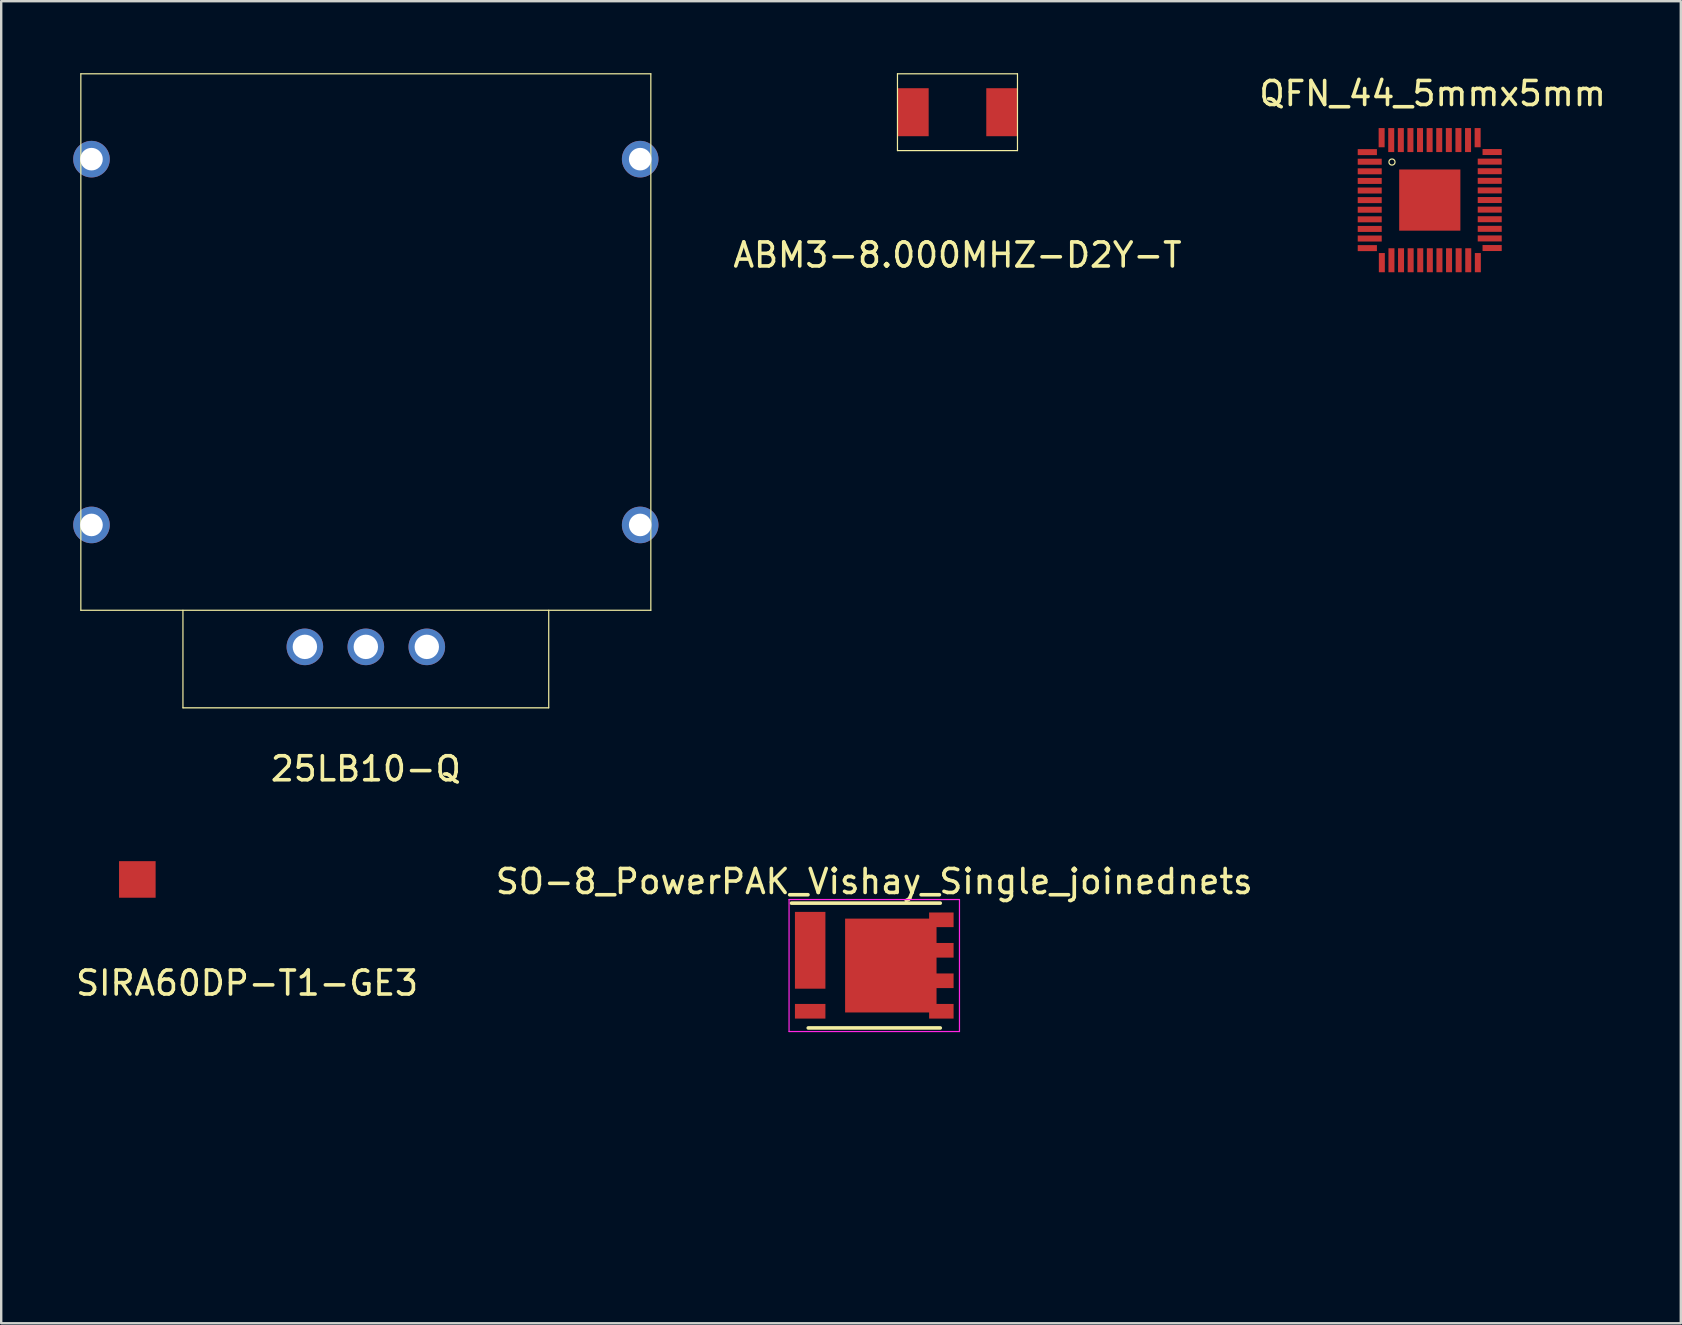
<source format=kicad_pcb>
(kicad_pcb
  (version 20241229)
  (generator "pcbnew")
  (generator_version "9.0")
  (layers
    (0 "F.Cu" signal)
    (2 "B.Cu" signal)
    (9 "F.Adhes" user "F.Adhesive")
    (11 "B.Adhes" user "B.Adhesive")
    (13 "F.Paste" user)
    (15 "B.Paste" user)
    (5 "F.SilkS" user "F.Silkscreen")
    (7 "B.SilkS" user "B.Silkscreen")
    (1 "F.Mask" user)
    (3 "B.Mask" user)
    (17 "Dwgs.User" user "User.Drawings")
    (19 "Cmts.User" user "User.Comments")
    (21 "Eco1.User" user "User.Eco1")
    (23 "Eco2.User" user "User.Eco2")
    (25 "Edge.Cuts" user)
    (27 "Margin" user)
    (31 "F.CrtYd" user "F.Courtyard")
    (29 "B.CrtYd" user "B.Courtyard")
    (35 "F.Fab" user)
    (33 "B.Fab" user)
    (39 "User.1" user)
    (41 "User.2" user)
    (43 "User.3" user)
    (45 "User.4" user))
  (footprint "ABM3-8.000MHZ-D2Y-T"
    (layer "F.Cu")
    (at 36.842 1.625)
    (property "Reference" "ABM3-8.000MHZ-D2Y-T" (at 0 5.95 0) (layer "F.SilkS") (effects (font (size 1 1) (thickness 0.15))))
    (attr through_hole)
    (fp_line (start -2.5 -1.6) (end 2.5 -1.6) (stroke (width 0.05) (type solid)) (layer "F.SilkS"))
    (fp_line (start -2.5 1.6) (end -2.5 -1.6) (stroke (width 0.05) (type solid)) (layer "F.SilkS"))
    (fp_line (start 2.5 -1.6) (end 2.5 1.6) (stroke (width 0.05) (type solid)) (layer "F.SilkS"))
    (fp_line (start 2.5 1.6) (end -2.5 1.6) (stroke (width 0.05) (type solid)) (layer "F.SilkS"))
    (pad "1" smd rect (at 1.85 0) (size 1.3 2) (layers "F.Cu" "F.Mask" "F.Paste"))
    (pad "2" smd rect (at -1.85 0) (size 1.3 2) (layers "F.Cu" "F.Mask" "F.Paste")))
  (footprint "QFN_44_5mmx5mm"
    (layer "F.Cu")
    (at 56.482 5.278)
    (property "Reference" "QFN_44_5mmx5mm" (at 0.157 -4.43 0) (layer "F.SilkS") (effects (font (size 1 1) (thickness 0.15))))
    (attr through_hole)
    (fp_circle (center -1.537 -1.577) (end -1.41 -1.593) (stroke (width 0.05) (type solid)) (fill no) (layer "F.SilkS"))
    (pad "1" smd rect (at -2.564 -1.99) (size 0.8 0.25) (layers "F.Cu" "F.Mask" "F.Paste"))
    (pad "2" smd rect (at -2.464 -1.59) (size 1 0.25) (layers "F.Cu" "F.Mask" "F.Paste"))
    (pad "3" smd rect (at -2.464 -1.19) (size 1 0.25) (layers "F.Cu" "F.Mask" "F.Paste"))
    (pad "4" smd rect (at -2.464 -0.79) (size 1 0.25) (layers "F.Cu" "F.Mask" "F.Paste"))
    (pad "5" smd rect (at -2.464 -0.39) (size 1 0.25) (layers "F.Cu" "F.Mask" "F.Paste"))
    (pad "6" smd rect (at -2.464 0.01) (size 1 0.25) (layers "F.Cu" "F.Mask" "F.Paste"))
    (pad "7" smd rect (at -2.464 0.41) (size 1 0.25) (layers "F.Cu" "F.Mask" "F.Paste"))
    (pad "8" smd rect (at -2.464 0.81) (size 1 0.25) (layers "F.Cu" "F.Mask" "F.Paste"))
    (pad "9" smd rect (at -2.464 1.21) (size 1 0.25) (layers "F.Cu" "F.Mask" "F.Paste"))
    (pad "10" smd rect (at -2.464 1.61) (size 1 0.25) (layers "F.Cu" "F.Mask" "F.Paste"))
    (pad "11" smd rect (at -2.564 2.01) (size 0.8 0.25) (layers "F.Cu" "F.Mask" "F.Paste"))
    (pad "12" smd rect (at -1.959 2.615 90) (size 0.8 0.25) (layers "F.Cu" "F.Mask" "F.Paste"))
    (pad "13" smd rect (at -1.559 2.515 90) (size 1 0.25) (layers "F.Cu" "F.Mask" "F.Paste"))
    (pad "14" smd rect (at -1.159 2.515 90) (size 1 0.25) (layers "F.Cu" "F.Mask" "F.Paste"))
    (pad "15" smd rect (at -0.759 2.515 90) (size 1 0.25) (layers "F.Cu" "F.Mask" "F.Paste"))
    (pad "16" smd rect (at 1.641 2.515 90) (size 1 0.25) (layers "F.Cu" "F.Mask" "F.Paste"))
    (pad "17" smd rect (at 0.038 0.008) (size 2.55 2.55) (layers "F.Cu" "F.Mask" "F.Paste"))
    (pad "17" smd rect (at 1.241 2.515 90) (size 1 0.25) (layers "F.Cu" "F.Mask" "F.Paste"))
    (pad "18" smd rect (at 0.841 2.515 90) (size 1 0.25) (layers "F.Cu" "F.Mask" "F.Paste"))
    (pad "19" smd rect (at 0.441 2.515 90) (size 1 0.25) (layers "F.Cu" "F.Mask" "F.Paste"))
    (pad "20" smd rect (at 0.041 2.515 90) (size 1 0.25) (layers "F.Cu" "F.Mask" "F.Paste"))
    (pad "21" smd rect (at -0.359 2.515 90) (size 1 0.25) (layers "F.Cu" "F.Mask" "F.Paste"))
    (pad "22" smd rect (at 2.041 2.615 90) (size 0.8 0.25) (layers "F.Cu" "F.Mask" "F.Paste"))
    (pad "23" smd rect (at 2.636 2.006 180) (size 0.8 0.25) (layers "F.Cu" "F.Mask" "F.Paste"))
    (pad "24" smd rect (at 2.536 1.606 180) (size 1 0.25) (layers "F.Cu" "F.Mask" "F.Paste"))
    (pad "25" smd rect (at 2.536 1.206 180) (size 1 0.25) (layers "F.Cu" "F.Mask" "F.Paste"))
    (pad "26" smd rect (at 2.536 0.806 180) (size 1 0.25) (layers "F.Cu" "F.Mask" "F.Paste"))
    (pad "27" smd rect (at 2.536 0.406 180) (size 1 0.25) (layers "F.Cu" "F.Mask" "F.Paste"))
    (pad "28" smd rect (at 2.536 0.006 180) (size 1 0.25) (layers "F.Cu" "F.Mask" "F.Paste"))
    (pad "29" smd rect (at 2.536 -0.394 180) (size 1 0.25) (layers "F.Cu" "F.Mask" "F.Paste"))
    (pad "30" smd rect (at 2.536 -0.794 180) (size 1 0.25) (layers "F.Cu" "F.Mask" "F.Paste"))
    (pad "31" smd rect (at 2.536 -1.194 180) (size 1 0.25) (layers "F.Cu" "F.Mask" "F.Paste"))
    (pad "32" smd rect (at 2.536 -1.594 180) (size 1 0.25) (layers "F.Cu" "F.Mask" "F.Paste"))
    (pad "33" smd rect (at 2.636 -1.994 180) (size 0.8 0.25) (layers "F.Cu" "F.Mask" "F.Paste"))
    (pad "34" smd rect (at 2.032 -2.592 270) (size 0.8 0.25) (layers "F.Cu" "F.Mask" "F.Paste"))
    (pad "35" smd rect (at 1.632 -2.492 270) (size 1 0.25) (layers "F.Cu" "F.Mask" "F.Paste"))
    (pad "36" smd rect (at 1.232 -2.492 270) (size 1 0.25) (layers "F.Cu" "F.Mask" "F.Paste"))
    (pad "37" smd rect (at 0.832 -2.492 270) (size 1 0.25) (layers "F.Cu" "F.Mask" "F.Paste"))
    (pad "38" smd rect (at 0.432 -2.492 270) (size 1 0.25) (layers "F.Cu" "F.Mask" "F.Paste"))
    (pad "39" smd rect (at 0.032 -2.492 270) (size 1 0.25) (layers "F.Cu" "F.Mask" "F.Paste"))
    (pad "40" smd rect (at -0.368 -2.492 270) (size 1 0.25) (layers "F.Cu" "F.Mask" "F.Paste"))
    (pad "41" smd rect (at -0.768 -2.492 270) (size 1 0.25) (layers "F.Cu" "F.Mask" "F.Paste"))
    (pad "42" smd rect (at -1.168 -2.492 270) (size 1 0.25) (layers "F.Cu" "F.Mask" "F.Paste"))
    (pad "43" smd rect (at -1.568 -2.492 270) (size 1 0.25) (layers "F.Cu" "F.Mask" "F.Paste"))
    (pad "44" smd rect (at -1.968 -2.592 270) (size 0.8 0.25) (layers "F.Cu" "F.Mask" "F.Paste")))
  (footprint "25LB10-Q"
    (layer "F.Cu")
    (at 12.192 11.201)
    (property "Reference" "25LB10-Q" (at 0 17.78 0) (layer "F.SilkS") (effects (font (size 1 1) (thickness 0.15))))
    (attr through_hole)
    (fp_line (start -11.874 -11.176) (end -11.874 11.176) (stroke (width 0.05) (type solid)) (layer "F.SilkS"))
    (fp_line (start -11.874 -11.176) (end 11.874 -11.176) (stroke (width 0.05) (type solid)) (layer "F.SilkS"))
    (fp_line (start -7.62 15.24) (end -7.62 11.176) (stroke (width 0.05) (type solid)) (layer "F.SilkS"))
    (fp_line (start -7.62 15.24) (end 7.62 15.24) (stroke (width 0.05) (type solid)) (layer "F.SilkS"))
    (fp_line (start 7.62 15.24) (end 7.62 11.176) (stroke (width 0.05) (type solid)) (layer "F.SilkS"))
    (fp_line (start 11.874 -11.176) (end 11.874 11.176) (stroke (width 0.05) (type solid)) (layer "F.SilkS"))
    (fp_line (start 11.874 11.176) (end -11.874 11.176) (stroke (width 0.05) (type solid)) (layer "F.SilkS"))
    (pad "" thru_hole circle (at -11.43 -7.62) (size 1.524 1.524) (drill 0.94) (layers "*.Cu"))
    (pad "" thru_hole circle (at -11.43 7.62) (size 1.524 1.524) (drill 0.94) (layers "*.Cu"))
    (pad "" thru_hole circle (at 11.43 -7.62) (size 1.524 1.524) (drill 0.94) (layers "*.Cu"))
    (pad "" thru_hole circle (at 11.43 7.62) (size 1.524 1.524) (drill 0.94) (layers "*.Cu"))
    (pad "1" thru_hole circle (at -2.54 12.7) (size 1.524 1.524) (drill 1.016) (layers "*.Cu" "*.Mask"))
    (pad "2" thru_hole circle (at 0 12.7) (size 1.524 1.524) (drill 1.016) (layers "*.Cu" "*.Mask"))
    (pad "3" thru_hole circle (at 2.54 12.7) (size 1.524 1.524) (drill 1.016) (layers "*.Cu" "*.Mask")))
  (footprint "SO-8_PowerPAK_Vishay_Single_joinednets"
    (layer "F.Cu")
    (at 33.375 37.178)
    (property "Reference" "SO-8_PowerPAK_Vishay_Single_joinednets" (at 0 -3.5 0) (layer "F.SilkS") (effects (font (size 1 1) (thickness 0.15))))
    (attr smd)
    (fp_line (start -3.45 -2.6) (end 2.75 -2.6) (stroke (width 0.15) (type solid)) (layer "F.SilkS"))
    (fp_line (start -2.75 2.6) (end 2.75 2.6) (stroke (width 0.15) (type solid)) (layer "F.SilkS"))
    (fp_line (start -3.55 -2.75) (end -3.55 2.75) (stroke (width 0.05) (type solid)) (layer "F.CrtYd"))
    (fp_line (start -3.55 -2.75) (end 3.55 -2.75) (stroke (width 0.05) (type solid)) (layer "F.CrtYd"))
    (fp_line (start -3.55 2.75) (end 3.55 2.75) (stroke (width 0.05) (type solid)) (layer "F.CrtYd"))
    (fp_line (start 3.55 -2.75) (end 3.55 2.75) (stroke (width 0.05) (type solid)) (layer "F.CrtYd"))
    (pad "1" smd rect (at -2.67 -0.635) (size 1.27 3.2) (layers "F.Cu" "F.Mask" "F.Paste"))
    (pad "4" smd rect (at -2.67 1.905) (size 1.27 0.61) (layers "F.Cu" "F.Mask" "F.Paste"))
    (pad "5" smd rect (at 0.69 0) (size 3.81 3.91) (layers "F.Cu" "F.Mask" "F.Paste"))
    (pad "5" smd rect (at 2.795 -1.905) (size 1.02 0.61) (layers "F.Cu" "F.Mask" "F.Paste"))
    (pad "5" smd rect (at 2.795 -0.635) (size 1.02 0.61) (layers "F.Cu" "F.Mask" "F.Paste"))
    (pad "5" smd rect (at 2.795 0.635) (size 1.02 0.61) (layers "F.Cu" "F.Mask" "F.Paste"))
    (pad "5" smd rect (at 2.795 1.905) (size 1.02 0.61) (layers "F.Cu" "F.Mask" "F.Paste")))
  (footprint "SIRA60DP-T1-GE3"
    (layer "F.Cu")
    (at 6.482 48.831)
    (property "Reference" "SIRA60DP-T1-GE3" (at 0.762 -10.922 0) (layer "F.SilkS") (effects (font (size 1 1) (thickness 0.15))))
    (attr through_hole)
    (pad "1" smd rect (at -3.81 -15.24) (size 1.524 1.524) (layers "F.Cu" "F.Mask" "F.Paste")))
  (gr_rect
    (start -3 -3)
    (end 66.979 52.081)
    (stroke (width 0.1) (type default))
    (fill no)
    (layer "Edge.Cuts")))
</source>
